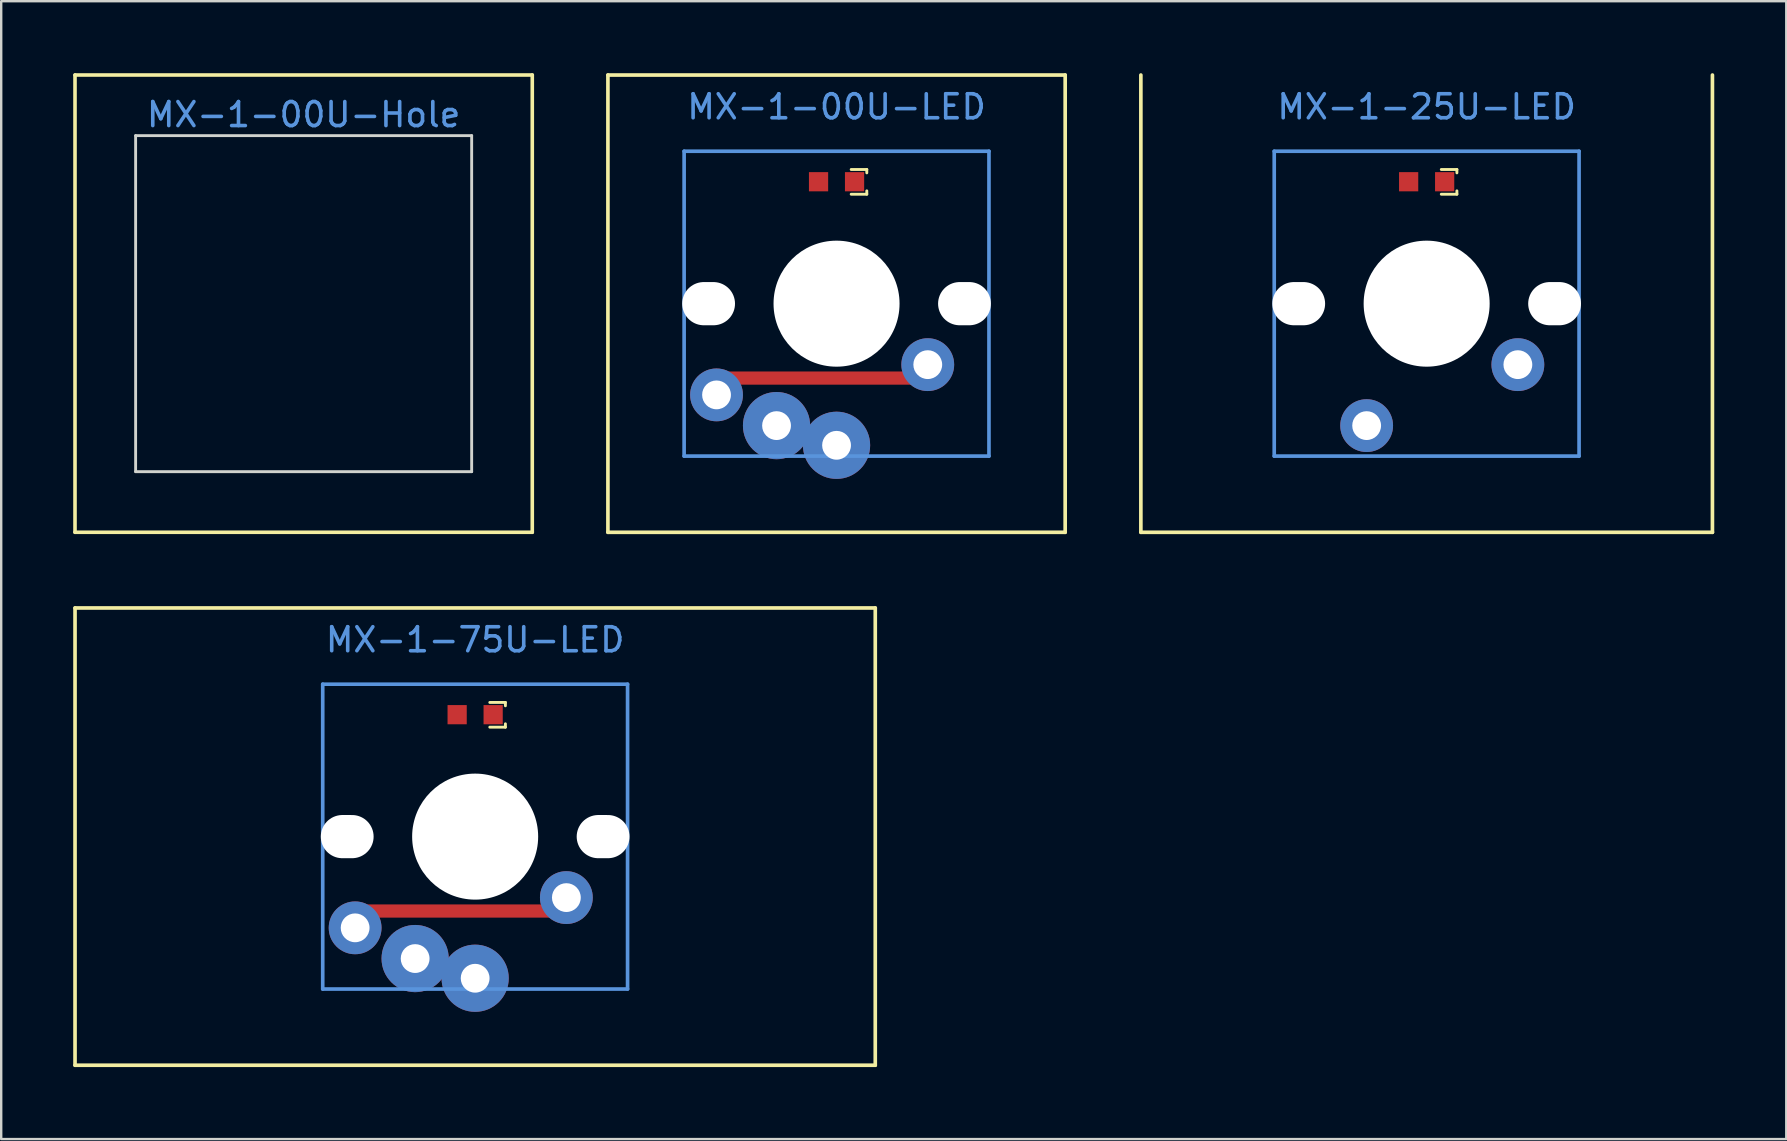
<source format=kicad_pcb>
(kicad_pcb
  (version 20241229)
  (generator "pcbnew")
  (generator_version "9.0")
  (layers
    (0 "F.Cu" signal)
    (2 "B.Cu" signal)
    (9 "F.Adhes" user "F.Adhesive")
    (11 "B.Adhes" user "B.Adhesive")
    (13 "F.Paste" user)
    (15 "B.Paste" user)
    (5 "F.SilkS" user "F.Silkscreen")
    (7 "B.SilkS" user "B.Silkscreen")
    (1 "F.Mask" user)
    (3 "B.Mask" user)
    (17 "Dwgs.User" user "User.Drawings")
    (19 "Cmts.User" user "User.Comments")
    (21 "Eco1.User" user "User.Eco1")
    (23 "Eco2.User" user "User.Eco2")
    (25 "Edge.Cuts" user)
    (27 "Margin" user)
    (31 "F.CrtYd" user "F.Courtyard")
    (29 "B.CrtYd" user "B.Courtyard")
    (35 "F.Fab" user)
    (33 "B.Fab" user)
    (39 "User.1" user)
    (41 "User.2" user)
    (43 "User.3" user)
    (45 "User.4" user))
  (footprint "MX-1-00U-LED"
    (layer "F.Cu")
    (at 31.801 4.521)
    (property "Reference" "MX-1-00U-LED" (at 0 -3.12 0) (layer "Cmts.User") (effects (font (size 1 1) (thickness 0.15))))
    (fp_line (start -9.525 -4.445) (end 9.525 -4.445) (stroke (width 0.152) (type solid)) (layer "F.SilkS"))
    (fp_line (start -9.525 14.605) (end -9.525 -4.445) (stroke (width 0.152) (type solid)) (layer "F.SilkS"))
    (fp_line (start 0.61 -0.51) (end 1.26 -0.51) (stroke (width 0.12) (type solid)) (layer "F.SilkS"))
    (fp_line (start 0.61 0.52) (end 1.26 0.52) (stroke (width 0.12) (type solid)) (layer "F.SilkS"))
    (fp_line (start 1.26 -0.51) (end 1.26 -0.37) (stroke (width 0.12) (type solid)) (layer "F.SilkS"))
    (fp_line (start 1.26 0.52) (end 1.26 0.38) (stroke (width 0.12) (type solid)) (layer "F.SilkS"))
    (fp_line (start 9.525 -4.445) (end 9.525 14.605) (stroke (width 0.152) (type solid)) (layer "F.SilkS"))
    (fp_line (start 9.525 14.605) (end -9.525 14.605) (stroke (width 0.152) (type solid)) (layer "F.SilkS"))
    (fp_line (start -6.35 -1.27) (end 6.35 -1.27) (stroke (width 0.152) (type solid)) (layer "Cmts.User"))
    (fp_line (start -6.35 11.43) (end -6.35 -1.27) (stroke (width 0.152) (type solid)) (layer "Cmts.User"))
    (fp_line (start 6.35 -1.27) (end 6.35 11.43) (stroke (width 0.152) (type solid)) (layer "Cmts.User"))
    (fp_line (start 6.35 11.43) (end -6.35 11.43) (stroke (width 0.152) (type solid)) (layer "Cmts.User"))
    (fp_line (start -7.798 -0.925) (end -6.985 -0.925) (stroke (width 0.152) (type solid)) (layer "Eco2.User"))
    (fp_line (start -7.798 2.576) (end -7.798 -0.925) (stroke (width 0.152) (type solid)) (layer "Eco2.User"))
    (fp_line (start -7.798 7.584) (end -6.985 7.584) (stroke (width 0.152) (type solid)) (layer "Eco2.User"))
    (fp_line (start -7.798 11.085) (end -7.798 7.584) (stroke (width 0.152) (type solid)) (layer "Eco2.User"))
    (fp_line (start -6.985 -1.905) (end 6.985 -1.905) (stroke (width 0.152) (type solid)) (layer "Eco2.User"))
    (fp_line (start -6.985 -0.925) (end -6.985 -1.905) (stroke (width 0.152) (type solid)) (layer "Eco2.User"))
    (fp_line (start -6.985 2.576) (end -7.798 2.576) (stroke (width 0.152) (type solid)) (layer "Eco2.User"))
    (fp_line (start -6.985 7.584) (end -6.985 2.576) (stroke (width 0.152) (type solid)) (layer "Eco2.User"))
    (fp_line (start -6.985 11.085) (end -7.798 11.085) (stroke (width 0.152) (type solid)) (layer "Eco2.User"))
    (fp_line (start -6.985 12.065) (end -6.985 11.085) (stroke (width 0.152) (type solid)) (layer "Eco2.User"))
    (fp_line (start 6.985 -1.905) (end 6.985 -0.925) (stroke (width 0.152) (type solid)) (layer "Eco2.User"))
    (fp_line (start 6.985 -0.925) (end 7.798 -0.925) (stroke (width 0.152) (type solid)) (layer "Eco2.User"))
    (fp_line (start 6.985 2.576) (end 6.985 7.584) (stroke (width 0.152) (type solid)) (layer "Eco2.User"))
    (fp_line (start 6.985 7.584) (end 7.798 7.584) (stroke (width 0.152) (type solid)) (layer "Eco2.User"))
    (fp_line (start 6.985 11.085) (end 6.985 12.065) (stroke (width 0.152) (type solid)) (layer "Eco2.User"))
    (fp_line (start 6.985 12.065) (end -6.985 12.065) (stroke (width 0.152) (type solid)) (layer "Eco2.User"))
    (fp_line (start 7.798 -0.925) (end 7.798 2.576) (stroke (width 0.152) (type solid)) (layer "Eco2.User"))
    (fp_line (start 7.798 2.576) (end 6.985 2.576) (stroke (width 0.152) (type solid)) (layer "Eco2.User"))
    (fp_line (start 7.798 7.584) (end 7.798 11.085) (stroke (width 0.152) (type solid)) (layer "Eco2.User"))
    (fp_line (start 7.798 11.085) (end 6.985 11.085) (stroke (width 0.152) (type solid)) (layer "Eco2.User"))
    (pad "" np_thru_hole oval (at -5.33 5.08 270) (size 1.8 2.2) (drill oval 1.8 2.2) (layers "*.Cu" "*.Mask"))
    (pad "" np_thru_hole circle (at 0 5.08 180) (size 5.25 5.25) (drill 5.25) (layers "*.Cu" "*.Mask"))
    (pad "" np_thru_hole oval (at 5.33 5.08 270) (size 1.8 2.2) (drill oval 1.8 2.2) (layers "*.Cu" "*.Mask"))
    (pad "1" thru_hole circle (at -2.5 10.16) (size 2.8 2.8) (drill oval 1.2) (layers "*.Cu" "*.Mask"))
    (pad "1" thru_hole circle (at 0 10.98 90) (size 2.8 2.8) (drill 1.2) (layers "*.Cu" "*.Mask"))
    (pad "2" thru_hole circle (at -5 8.88 270) (size 2.2 2.2) (drill 1.2) (layers "*.Cu" "*.Mask"))
    (pad "2" smd rect (at -0.67 8.18) (size 7.64 0.55) (layers "F.Cu" "F.Mask" "F.Paste"))
    (pad "2" thru_hole circle (at 3.8 7.62 225) (size 2.2 2.2) (drill 1.2) (layers "*.Cu" "*.Mask"))
    (pad "3" smd rect (at 0.75 0 90) (size 0.8 0.8) (layers "F.Cu" "F.Mask" "F.Paste"))
    (pad "4" smd rect (at -0.75 0 90) (size 0.8 0.8) (layers "F.Cu" "F.Mask" "F.Paste")))
  (footprint "MX-1-00U-Hole"
    (layer "F.Cu")
    (at 9.6 9.6)
    (property "Reference" "MX-1-00U-Hole" (at 0 -7.874 0) (layer "Cmts.User") (effects (font (size 1 1) (thickness 0.15))))
    (attr through_hole)
    (fp_line (start -9.525 -9.525) (end 9.525 -9.525) (stroke (width 0.15) (type solid)) (layer "F.SilkS"))
    (fp_line (start -9.525 9.525) (end -9.525 -9.525) (stroke (width 0.15) (type solid)) (layer "F.SilkS"))
    (fp_line (start 9.525 -9.525) (end 9.525 9.525) (stroke (width 0.15) (type solid)) (layer "F.SilkS"))
    (fp_line (start 9.525 9.525) (end -9.525 9.525) (stroke (width 0.15) (type solid)) (layer "F.SilkS"))
    (fp_line (start -7 -7) (end -7 7) (stroke (width 0.12) (type solid)) (layer "Edge.Cuts"))
    (fp_line (start -7 -7) (end 7 -7) (stroke (width 0.12) (type solid)) (layer "Edge.Cuts"))
    (fp_line (start -7 7) (end 7 7) (stroke (width 0.12) (type solid)) (layer "Edge.Cuts"))
    (fp_line (start 7 -7) (end 7 7) (stroke (width 0.12) (type solid)) (layer "Edge.Cuts")))
  (footprint "MX-1-25U-LED"
    (layer "F.Cu")
    (at 56.385 4.521)
    (property "Reference" "MX-1-25U-LED" (at 0 -3.12 0) (layer "Cmts.User") (effects (font (size 1 1) (thickness 0.15))))
    (fp_line (start -11.906 14.605) (end -11.906 -4.445) (stroke (width 0.152) (type solid)) (layer "F.SilkS"))
    (fp_line (start 0.61 -0.51) (end 1.26 -0.51) (stroke (width 0.12) (type solid)) (layer "F.SilkS"))
    (fp_line (start 0.61 0.52) (end 1.26 0.52) (stroke (width 0.12) (type solid)) (layer "F.SilkS"))
    (fp_line (start 1.26 -0.51) (end 1.26 -0.37) (stroke (width 0.12) (type solid)) (layer "F.SilkS"))
    (fp_line (start 1.26 0.52) (end 1.26 0.38) (stroke (width 0.12) (type solid)) (layer "F.SilkS"))
    (fp_line (start 11.906 -4.445) (end 11.906 14.605) (stroke (width 0.152) (type solid)) (layer "F.SilkS"))
    (fp_line (start 11.906 14.605) (end -11.906 14.605) (stroke (width 0.152) (type solid)) (layer "F.SilkS"))
    (fp_line (start -6.35 -1.27) (end 6.35 -1.27) (stroke (width 0.152) (type solid)) (layer "Cmts.User"))
    (fp_line (start -6.35 11.43) (end -6.35 -1.27) (stroke (width 0.152) (type solid)) (layer "Cmts.User"))
    (fp_line (start 6.35 -1.27) (end 6.35 11.43) (stroke (width 0.152) (type solid)) (layer "Cmts.User"))
    (fp_line (start 6.35 11.43) (end -6.35 11.43) (stroke (width 0.152) (type solid)) (layer "Cmts.User"))
    (pad "" np_thru_hole oval (at -5.33 5.08 270) (size 1.8 2.2) (drill oval 1.8 2.2) (layers "*.Cu" "*.Mask"))
    (pad "" np_thru_hole circle (at 0 5.08 180) (size 5.25 5.25) (drill 5.25) (layers "*.Cu" "*.Mask"))
    (pad "" np_thru_hole oval (at 5.33 5.08 270) (size 1.8 2.2) (drill oval 1.8 2.2) (layers "*.Cu" "*.Mask"))
    (pad "1" thru_hole circle (at -2.5 10.16) (size 2.2 2.2) (drill oval 1.2) (layers "*.Cu" "*.Mask"))
    (pad "2" thru_hole circle (at 3.8 7.62 225) (size 2.2 2.2) (drill 1.2) (layers "*.Cu" "*.Mask"))
    (pad "3" smd rect (at 0.75 0 90) (size 0.8 0.8) (layers "F.Cu" "F.Mask" "F.Paste"))
    (pad "4" smd rect (at -0.75 0 90) (size 0.8 0.8) (layers "F.Cu" "F.Mask" "F.Paste")))
  (footprint "MX-1-75U-LED"
    (layer "F.Cu")
    (at 16.745 26.724)
    (property "Reference" "MX-1-75U-LED" (at 0 -3.12 0) (layer "Cmts.User") (effects (font (size 1 1) (thickness 0.15))))
    (fp_line (start -16.669 -4.445) (end 16.669 -4.445) (stroke (width 0.152) (type solid)) (layer "F.SilkS"))
    (fp_line (start -16.669 14.605) (end -16.669 -4.445) (stroke (width 0.152) (type solid)) (layer "F.SilkS"))
    (fp_line (start 0.61 -0.51) (end 1.26 -0.51) (stroke (width 0.12) (type solid)) (layer "F.SilkS"))
    (fp_line (start 0.61 0.52) (end 1.26 0.52) (stroke (width 0.12) (type solid)) (layer "F.SilkS"))
    (fp_line (start 1.26 -0.51) (end 1.26 -0.37) (stroke (width 0.12) (type solid)) (layer "F.SilkS"))
    (fp_line (start 1.26 0.52) (end 1.26 0.38) (stroke (width 0.12) (type solid)) (layer "F.SilkS"))
    (fp_line (start 16.669 -4.445) (end 16.669 14.605) (stroke (width 0.152) (type solid)) (layer "F.SilkS"))
    (fp_line (start 16.669 14.605) (end -16.669 14.605) (stroke (width 0.152) (type solid)) (layer "F.SilkS"))
    (fp_line (start -6.35 -1.27) (end 6.35 -1.27) (stroke (width 0.152) (type solid)) (layer "Cmts.User"))
    (fp_line (start -6.35 11.43) (end -6.35 -1.27) (stroke (width 0.152) (type solid)) (layer "Cmts.User"))
    (fp_line (start 6.35 -1.27) (end 6.35 11.43) (stroke (width 0.152) (type solid)) (layer "Cmts.User"))
    (fp_line (start 6.35 11.43) (end -6.35 11.43) (stroke (width 0.152) (type solid)) (layer "Cmts.User"))
    (fp_line (start -7.798 -0.925) (end -6.985 -0.925) (stroke (width 0.152) (type solid)) (layer "Eco2.User"))
    (fp_line (start -7.798 2.576) (end -7.798 -0.925) (stroke (width 0.152) (type solid)) (layer "Eco2.User"))
    (fp_line (start -7.798 7.584) (end -6.985 7.584) (stroke (width 0.152) (type solid)) (layer "Eco2.User"))
    (fp_line (start -7.798 11.085) (end -7.798 7.584) (stroke (width 0.152) (type solid)) (layer "Eco2.User"))
    (fp_line (start -6.985 -1.905) (end 6.985 -1.905) (stroke (width 0.152) (type solid)) (layer "Eco2.User"))
    (fp_line (start -6.985 -0.925) (end -6.985 -1.905) (stroke (width 0.152) (type solid)) (layer "Eco2.User"))
    (fp_line (start -6.985 2.576) (end -7.798 2.576) (stroke (width 0.152) (type solid)) (layer "Eco2.User"))
    (fp_line (start -6.985 7.584) (end -6.985 2.576) (stroke (width 0.152) (type solid)) (layer "Eco2.User"))
    (fp_line (start -6.985 11.085) (end -7.798 11.085) (stroke (width 0.152) (type solid)) (layer "Eco2.User"))
    (fp_line (start -6.985 12.065) (end -6.985 11.085) (stroke (width 0.152) (type solid)) (layer "Eco2.User"))
    (fp_line (start 6.985 -1.905) (end 6.985 -0.925) (stroke (width 0.152) (type solid)) (layer "Eco2.User"))
    (fp_line (start 6.985 -0.925) (end 7.798 -0.925) (stroke (width 0.152) (type solid)) (layer "Eco2.User"))
    (fp_line (start 6.985 2.576) (end 6.985 7.584) (stroke (width 0.152) (type solid)) (layer "Eco2.User"))
    (fp_line (start 6.985 7.584) (end 7.798 7.584) (stroke (width 0.152) (type solid)) (layer "Eco2.User"))
    (fp_line (start 6.985 11.085) (end 6.985 12.065) (stroke (width 0.152) (type solid)) (layer "Eco2.User"))
    (fp_line (start 6.985 12.065) (end -6.985 12.065) (stroke (width 0.152) (type solid)) (layer "Eco2.User"))
    (fp_line (start 7.798 -0.925) (end 7.798 2.576) (stroke (width 0.152) (type solid)) (layer "Eco2.User"))
    (fp_line (start 7.798 2.576) (end 6.985 2.576) (stroke (width 0.152) (type solid)) (layer "Eco2.User"))
    (fp_line (start 7.798 7.584) (end 7.798 11.085) (stroke (width 0.152) (type solid)) (layer "Eco2.User"))
    (fp_line (start 7.798 11.085) (end 6.985 11.085) (stroke (width 0.152) (type solid)) (layer "Eco2.User"))
    (pad "" np_thru_hole oval (at -5.33 5.08 270) (size 1.8 2.2) (drill oval 1.8 2.2) (layers "*.Cu" "*.Mask"))
    (pad "" np_thru_hole circle (at 0 5.08 180) (size 5.25 5.25) (drill 5.25) (layers "*.Cu" "*.Mask"))
    (pad "" np_thru_hole oval (at 5.33 5.08 270) (size 1.8 2.2) (drill oval 1.8 2.2) (layers "*.Cu" "*.Mask"))
    (pad "1" thru_hole circle (at -2.5 10.16) (size 2.8 2.8) (drill oval 1.2) (layers "*.Cu" "*.Mask"))
    (pad "1" thru_hole circle (at 0 10.98 90) (size 2.8 2.8) (drill 1.2) (layers "*.Cu" "*.Mask"))
    (pad "2" thru_hole circle (at -5 8.88 270) (size 2.2 2.2) (drill 1.2) (layers "*.Cu" "*.Mask"))
    (pad "2" smd rect (at -0.67 8.18) (size 7.64 0.55) (layers "F.Cu" "F.Mask" "F.Paste"))
    (pad "2" thru_hole circle (at 3.8 7.62 225) (size 2.2 2.2) (drill 1.2) (layers "*.Cu" "*.Mask"))
    (pad "3" smd rect (at 0.75 0 90) (size 0.8 0.8) (layers "F.Cu" "F.Mask" "F.Paste"))
    (pad "4" smd rect (at -0.75 0 90) (size 0.8 0.8) (layers "F.Cu" "F.Mask" "F.Paste")))
  (gr_rect
    (start -3 -3)
    (end 71.367 44.405)
    (stroke (width 0.1) (type default))
    (fill no)
    (layer "Edge.Cuts")))
</source>
